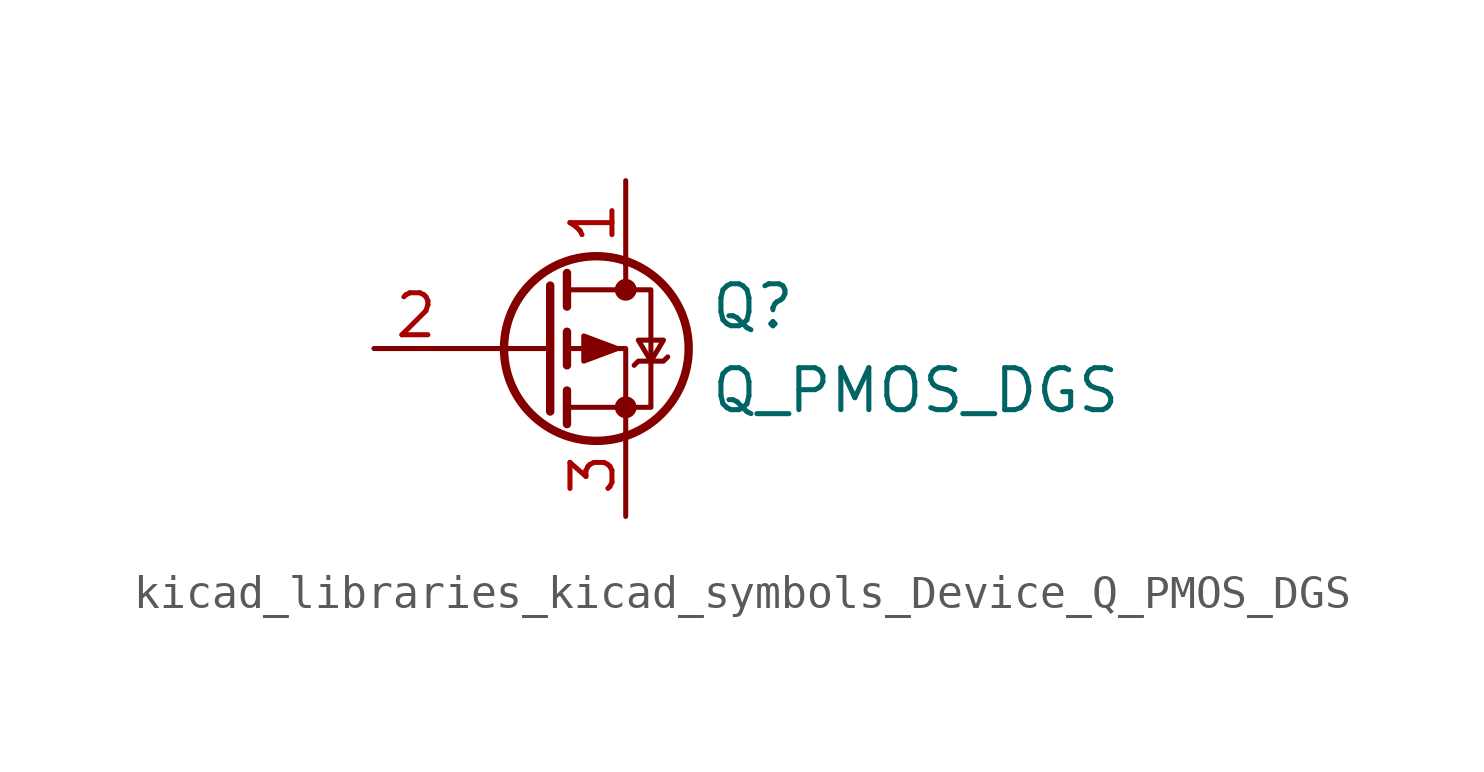
<source format=kicad_sym>
(kicad_symbol_lib
  (version 20220914)
  (generator kicad_symbol_editor)
  (symbol "kicad_libraries_kicad_symbols_Device_Q_PMOS_DGS"
    (pin_names
      (offset 0) hide)
    (property "Reference" "Q"
      (at 5.08 1.27 0)
      (effects (font (size 1.27 1.27)) (justify left)))
    (property "Value" "Q_PMOS_DGS"
      (at 5.08 -1.27 0)
      (effects (font (size 1.27 1.27)) (justify left)))
    (symbol "kicad_libraries_kicad_symbols_Device_Q_PMOS_DGS_0_1"
      (polyline (pts (xy 0.254 0) (xy -2.54 0)) (stroke (width 0) (type default)) (fill (type none)))
      (polyline (pts (xy 0.254 1.905) (xy 0.254 -1.905)) (stroke (width 0.254) (type default)) (fill (type none)))
      (polyline (pts (xy 0.762 -1.27) (xy 0.762 -2.286)) (stroke (width 0.254) (type default)) (fill (type none)))
      (polyline (pts (xy 0.762 0.508) (xy 0.762 -0.508)) (stroke (width 0.254) (type default)) (fill (type none)))
      (polyline (pts (xy 0.762 2.286) (xy 0.762 1.27)) (stroke (width 0.254) (type default)) (fill (type none)))
      (polyline (pts (xy 2.54 2.54) (xy 2.54 1.778)) (stroke (width 0) (type default)) (fill (type none)))
      (polyline (pts (xy 2.54 -2.54) (xy 2.54 0) (xy 0.762 0)) (stroke (width 0) (type default)) (fill (type none)))
      (polyline (pts (xy 0.762 1.778) (xy 3.302 1.778) (xy 3.302 -1.778) (xy 0.762 -1.778)) (stroke (width 0) (type default)) (fill (type none)))
      (polyline (pts (xy 2.286 0) (xy 1.27 0.381) (xy 1.27 -0.381) (xy 2.286 0)) (stroke (width 0) (type default)) (fill (type outline)))
      (polyline (pts (xy 2.794 -0.508) (xy 2.921 -0.381) (xy 3.683 -0.381) (xy 3.81 -0.254)) (stroke (width 0) (type default)) (fill (type none)))
      (polyline (pts (xy 3.302 -0.381) (xy 2.921 0.254) (xy 3.683 0.254) (xy 3.302 -0.381)) (stroke (width 0) (type default)) (fill (type none)))
      (circle (center 1.651 0) (radius 2.794) (stroke (width 0.254) (type default)) (fill (type none)))
      (circle (center 2.54 -1.778) (radius 0.254) (stroke (width 0) (type default)) (fill (type outline)))
      (circle (center 2.54 1.778) (radius 0.254) (stroke (width 0) (type default)) (fill (type outline))))
    (symbol "kicad_libraries_kicad_symbols_Device_Q_PMOS_DGS_1_1"
      (pin passive line (at 2.54 5.08 270) (length 2.54) (name "D" (effects (font (size 1.27 1.27)))) (number "1" (effects (font (size 1.27 1.27)))))
      (pin input line (at -5.08 0 0) (length 2.54) (name "G" (effects (font (size 1.27 1.27)))) (number "2" (effects (font (size 1.27 1.27)))))
      (pin passive line (at 2.54 -5.08 90) (length 2.54) (name "S" (effects (font (size 1.27 1.27)))) (number "3" (effects (font (size 1.27 1.27))))))))
</source>
